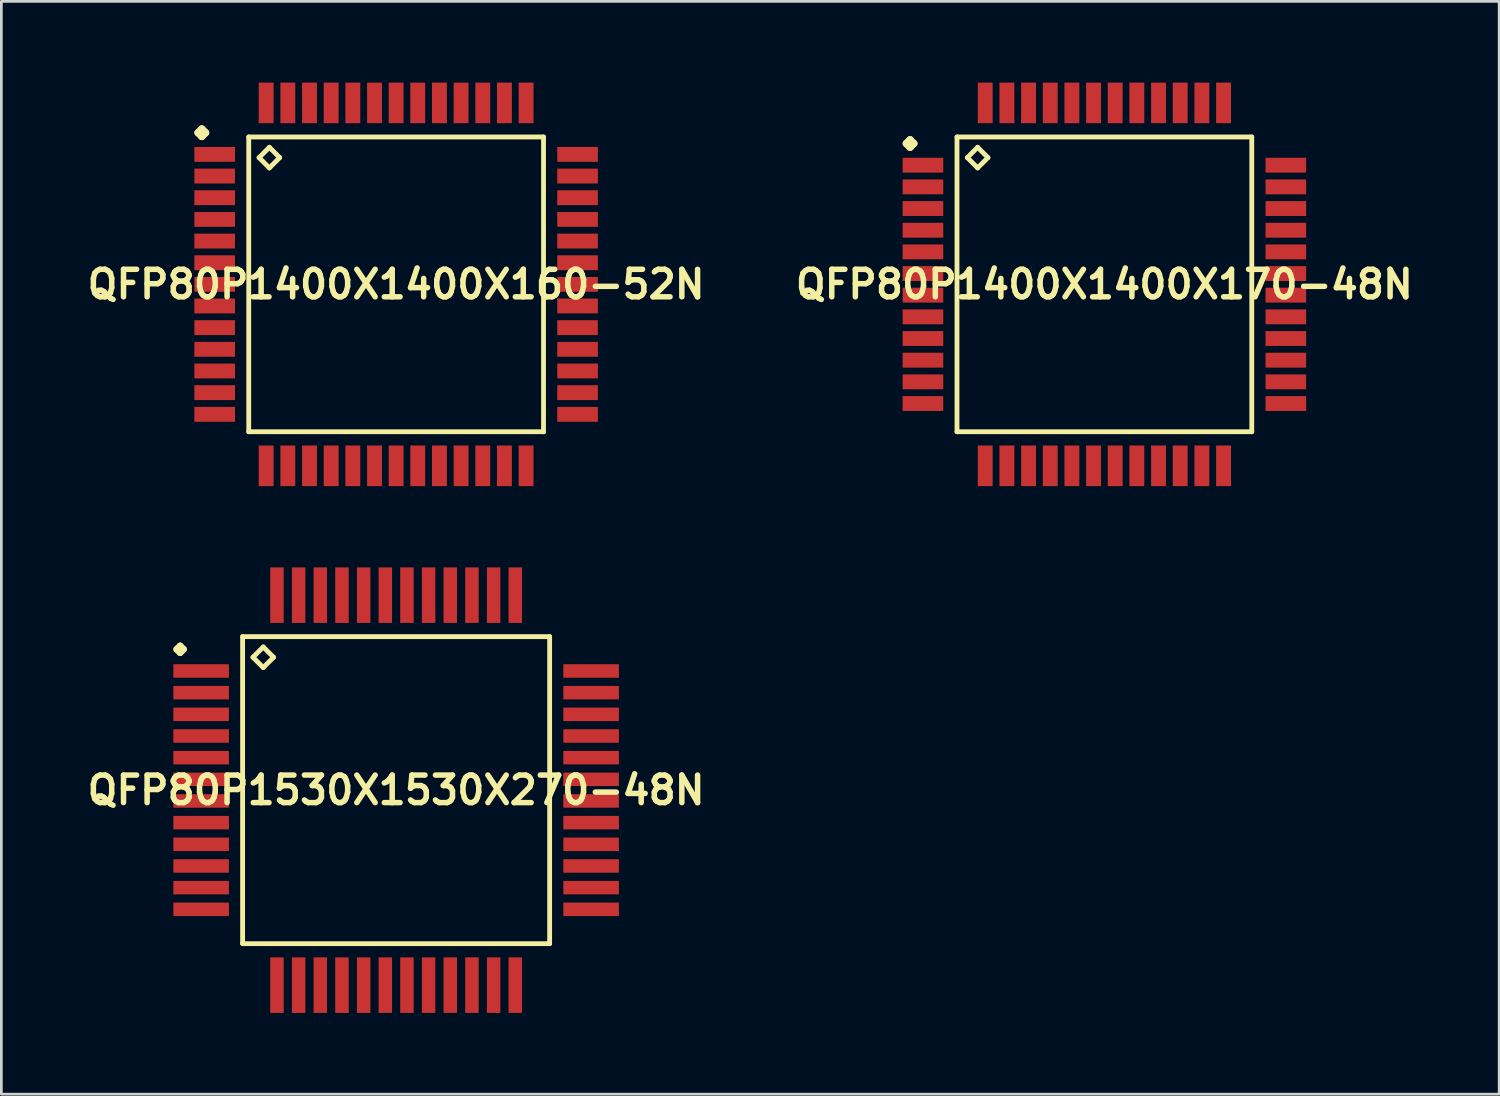
<source format=kicad_pcb>
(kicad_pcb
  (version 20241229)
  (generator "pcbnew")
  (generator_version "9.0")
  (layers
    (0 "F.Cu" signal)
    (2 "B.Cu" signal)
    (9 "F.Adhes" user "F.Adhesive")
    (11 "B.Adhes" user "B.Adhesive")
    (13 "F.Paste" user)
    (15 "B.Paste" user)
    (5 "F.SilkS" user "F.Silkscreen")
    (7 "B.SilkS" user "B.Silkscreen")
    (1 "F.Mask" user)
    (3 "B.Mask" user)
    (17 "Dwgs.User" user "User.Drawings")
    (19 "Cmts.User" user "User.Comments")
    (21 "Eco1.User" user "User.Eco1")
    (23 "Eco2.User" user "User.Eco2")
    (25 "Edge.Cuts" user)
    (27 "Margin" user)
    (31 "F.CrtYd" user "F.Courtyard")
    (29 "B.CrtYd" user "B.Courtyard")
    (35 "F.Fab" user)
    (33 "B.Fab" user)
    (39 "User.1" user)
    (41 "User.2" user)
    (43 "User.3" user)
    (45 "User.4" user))
  (footprint "QFP80P1530X1530X270-48N"
    (layer "F.Cu")
    (at 11.573 26.118)
    (property "Reference" "QFP80P1530X1530X270-48N" (at 0 0 0) (layer "F.SilkS") (effects (font (size 1.016 1.016) (thickness 0.203))))
    (attr smd)
    (fp_line (start -8.098 -5.199) (end -7.973 -5.324) (stroke (width 0.249) (type solid)) (layer "F.SilkS"))
    (fp_line (start -7.973 -5.324) (end -7.849 -5.199) (stroke (width 0.249) (type solid)) (layer "F.SilkS"))
    (fp_line (start -7.973 -5.075) (end -8.098 -5.199) (stroke (width 0.249) (type solid)) (layer "F.SilkS"))
    (fp_line (start -7.849 -5.199) (end -7.973 -5.075) (stroke (width 0.249) (type solid)) (layer "F.SilkS"))
    (fp_line (start -5.667 -5.667) (end -5.667 5.667) (stroke (width 0.178) (type solid)) (layer "F.SilkS"))
    (fp_line (start -5.667 5.667) (end 5.667 5.667) (stroke (width 0.178) (type solid)) (layer "F.SilkS"))
    (fp_line (start -5.286 -4.905) (end -4.905 -5.286) (stroke (width 0.178) (type solid)) (layer "F.SilkS"))
    (fp_line (start -4.905 -5.286) (end -4.524 -4.905) (stroke (width 0.178) (type solid)) (layer "F.SilkS"))
    (fp_line (start -4.905 -4.524) (end -5.286 -4.905) (stroke (width 0.178) (type solid)) (layer "F.SilkS"))
    (fp_line (start -4.524 -4.905) (end -4.905 -4.524) (stroke (width 0.178) (type solid)) (layer "F.SilkS"))
    (fp_line (start 5.667 -5.667) (end -5.667 -5.667) (stroke (width 0.178) (type solid)) (layer "F.SilkS"))
    (fp_line (start 5.667 5.667) (end 5.667 -5.667) (stroke (width 0.178) (type solid)) (layer "F.SilkS"))
    (pad "1" smd rect (at -7.198 -4.399) (size 2.05 0.498) (layers "F.Cu" "F.Mask" "F.Paste"))
    (pad "2" smd rect (at -7.198 -3.599) (size 2.05 0.498) (layers "F.Cu" "F.Mask" "F.Paste"))
    (pad "3" smd rect (at -7.198 -2.799) (size 2.05 0.498) (layers "F.Cu" "F.Mask" "F.Paste"))
    (pad "4" smd rect (at -7.198 -1.999) (size 2.05 0.498) (layers "F.Cu" "F.Mask" "F.Paste"))
    (pad "5" smd rect (at -7.198 -1.199) (size 2.05 0.498) (layers "F.Cu" "F.Mask" "F.Paste"))
    (pad "6" smd rect (at -7.198 -0.399) (size 2.05 0.498) (layers "F.Cu" "F.Mask" "F.Paste"))
    (pad "7" smd rect (at -7.198 0.399) (size 2.05 0.498) (layers "F.Cu" "F.Mask" "F.Paste"))
    (pad "8" smd rect (at -7.198 1.199) (size 2.05 0.498) (layers "F.Cu" "F.Mask" "F.Paste"))
    (pad "9" smd rect (at -7.198 1.999) (size 2.05 0.498) (layers "F.Cu" "F.Mask" "F.Paste"))
    (pad "10" smd rect (at -7.198 2.799) (size 2.05 0.498) (layers "F.Cu" "F.Mask" "F.Paste"))
    (pad "11" smd rect (at -7.198 3.599) (size 2.05 0.498) (layers "F.Cu" "F.Mask" "F.Paste"))
    (pad "12" smd rect (at -7.198 4.399) (size 2.05 0.498) (layers "F.Cu" "F.Mask" "F.Paste"))
    (pad "13" smd rect (at -4.399 7.198) (size 0.498 2.05) (layers "F.Cu" "F.Mask" "F.Paste"))
    (pad "14" smd rect (at -3.599 7.198) (size 0.498 2.05) (layers "F.Cu" "F.Mask" "F.Paste"))
    (pad "15" smd rect (at -2.799 7.198) (size 0.498 2.05) (layers "F.Cu" "F.Mask" "F.Paste"))
    (pad "16" smd rect (at -1.999 7.198) (size 0.498 2.05) (layers "F.Cu" "F.Mask" "F.Paste"))
    (pad "17" smd rect (at -1.199 7.198) (size 0.498 2.05) (layers "F.Cu" "F.Mask" "F.Paste"))
    (pad "18" smd rect (at -0.399 7.198) (size 0.498 2.05) (layers "F.Cu" "F.Mask" "F.Paste"))
    (pad "19" smd rect (at 0.399 7.198) (size 0.498 2.05) (layers "F.Cu" "F.Mask" "F.Paste"))
    (pad "20" smd rect (at 1.199 7.198) (size 0.498 2.05) (layers "F.Cu" "F.Mask" "F.Paste"))
    (pad "21" smd rect (at 1.999 7.198) (size 0.498 2.05) (layers "F.Cu" "F.Mask" "F.Paste"))
    (pad "22" smd rect (at 2.799 7.198) (size 0.498 2.05) (layers "F.Cu" "F.Mask" "F.Paste"))
    (pad "23" smd rect (at 3.599 7.198) (size 0.498 2.05) (layers "F.Cu" "F.Mask" "F.Paste"))
    (pad "24" smd rect (at 4.399 7.198) (size 0.498 2.05) (layers "F.Cu" "F.Mask" "F.Paste"))
    (pad "25" smd rect (at 7.198 4.399) (size 2.05 0.498) (layers "F.Cu" "F.Mask" "F.Paste"))
    (pad "26" smd rect (at 7.198 3.599) (size 2.05 0.498) (layers "F.Cu" "F.Mask" "F.Paste"))
    (pad "27" smd rect (at 7.198 2.799) (size 2.05 0.498) (layers "F.Cu" "F.Mask" "F.Paste"))
    (pad "28" smd rect (at 7.198 1.999) (size 2.05 0.498) (layers "F.Cu" "F.Mask" "F.Paste"))
    (pad "29" smd rect (at 7.198 1.199) (size 2.05 0.498) (layers "F.Cu" "F.Mask" "F.Paste"))
    (pad "30" smd rect (at 7.198 0.399) (size 2.05 0.498) (layers "F.Cu" "F.Mask" "F.Paste"))
    (pad "31" smd rect (at 7.198 -0.399) (size 2.05 0.498) (layers "F.Cu" "F.Mask" "F.Paste"))
    (pad "32" smd rect (at 7.198 -1.199) (size 2.05 0.498) (layers "F.Cu" "F.Mask" "F.Paste"))
    (pad "33" smd rect (at 7.198 -1.999) (size 2.05 0.498) (layers "F.Cu" "F.Mask" "F.Paste"))
    (pad "34" smd rect (at 7.198 -2.799) (size 2.05 0.498) (layers "F.Cu" "F.Mask" "F.Paste"))
    (pad "35" smd rect (at 7.198 -3.599) (size 2.05 0.498) (layers "F.Cu" "F.Mask" "F.Paste"))
    (pad "36" smd rect (at 7.198 -4.399) (size 2.05 0.498) (layers "F.Cu" "F.Mask" "F.Paste"))
    (pad "37" smd rect (at 4.399 -7.198) (size 0.498 2.05) (layers "F.Cu" "F.Mask" "F.Paste"))
    (pad "38" smd rect (at 3.599 -7.198) (size 0.498 2.05) (layers "F.Cu" "F.Mask" "F.Paste"))
    (pad "39" smd rect (at 2.799 -7.198) (size 0.498 2.05) (layers "F.Cu" "F.Mask" "F.Paste"))
    (pad "40" smd rect (at 1.999 -7.198) (size 0.498 2.05) (layers "F.Cu" "F.Mask" "F.Paste"))
    (pad "41" smd rect (at 1.199 -7.198) (size 0.498 2.05) (layers "F.Cu" "F.Mask" "F.Paste"))
    (pad "42" smd rect (at 0.399 -7.198) (size 0.498 2.05) (layers "F.Cu" "F.Mask" "F.Paste"))
    (pad "43" smd rect (at -0.399 -7.198) (size 0.498 2.05) (layers "F.Cu" "F.Mask" "F.Paste"))
    (pad "44" smd rect (at -1.199 -7.198) (size 0.498 2.05) (layers "F.Cu" "F.Mask" "F.Paste"))
    (pad "45" smd rect (at -1.999 -7.198) (size 0.498 2.05) (layers "F.Cu" "F.Mask" "F.Paste"))
    (pad "46" smd rect (at -2.799 -7.198) (size 0.498 2.05) (layers "F.Cu" "F.Mask" "F.Paste"))
    (pad "47" smd rect (at -3.599 -7.198) (size 0.498 2.05) (layers "F.Cu" "F.Mask" "F.Paste"))
    (pad "48" smd rect (at -4.399 -7.198) (size 0.498 2.05) (layers "F.Cu" "F.Mask" "F.Paste")))
  (footprint "QFP80P1400X1400X170-48N"
    (layer "F.Cu")
    (at 37.718 7.447)
    (property "Reference" "QFP80P1400X1400X170-48N" (at 0 0 0) (layer "F.SilkS") (effects (font (size 1.016 1.016) (thickness 0.203))))
    (attr smd)
    (fp_line (start -7.31 -5.199) (end -7.173 -5.337) (stroke (width 0.274) (type solid)) (layer "F.SilkS"))
    (fp_line (start -7.173 -5.337) (end -7.036 -5.199) (stroke (width 0.274) (type solid)) (layer "F.SilkS"))
    (fp_line (start -7.173 -5.062) (end -7.31 -5.199) (stroke (width 0.274) (type solid)) (layer "F.SilkS"))
    (fp_line (start -7.036 -5.199) (end -7.173 -5.062) (stroke (width 0.274) (type solid)) (layer "F.SilkS"))
    (fp_line (start -5.441 -5.441) (end -5.441 5.441) (stroke (width 0.178) (type solid)) (layer "F.SilkS"))
    (fp_line (start -5.441 5.441) (end 5.441 5.441) (stroke (width 0.178) (type solid)) (layer "F.SilkS"))
    (fp_line (start -5.06 -4.679) (end -4.679 -5.06) (stroke (width 0.178) (type solid)) (layer "F.SilkS"))
    (fp_line (start -4.679 -5.06) (end -4.298 -4.679) (stroke (width 0.178) (type solid)) (layer "F.SilkS"))
    (fp_line (start -4.679 -4.298) (end -5.06 -4.679) (stroke (width 0.178) (type solid)) (layer "F.SilkS"))
    (fp_line (start -4.298 -4.679) (end -4.679 -4.298) (stroke (width 0.178) (type solid)) (layer "F.SilkS"))
    (fp_line (start 5.441 -5.441) (end -5.441 -5.441) (stroke (width 0.178) (type solid)) (layer "F.SilkS"))
    (fp_line (start 5.441 5.441) (end 5.441 -5.441) (stroke (width 0.178) (type solid)) (layer "F.SilkS"))
    (pad "1" smd rect (at -6.698 -4.399) (size 1.499 0.549) (layers "F.Cu" "F.Mask" "F.Paste"))
    (pad "2" smd rect (at -6.698 -3.599) (size 1.499 0.549) (layers "F.Cu" "F.Mask" "F.Paste"))
    (pad "3" smd rect (at -6.698 -2.799) (size 1.499 0.549) (layers "F.Cu" "F.Mask" "F.Paste"))
    (pad "4" smd rect (at -6.698 -1.999) (size 1.499 0.549) (layers "F.Cu" "F.Mask" "F.Paste"))
    (pad "5" smd rect (at -6.698 -1.199) (size 1.499 0.549) (layers "F.Cu" "F.Mask" "F.Paste"))
    (pad "6" smd rect (at -6.698 -0.399) (size 1.499 0.549) (layers "F.Cu" "F.Mask" "F.Paste"))
    (pad "7" smd rect (at -6.698 0.399) (size 1.499 0.549) (layers "F.Cu" "F.Mask" "F.Paste"))
    (pad "8" smd rect (at -6.698 1.199) (size 1.499 0.549) (layers "F.Cu" "F.Mask" "F.Paste"))
    (pad "9" smd rect (at -6.698 1.999) (size 1.499 0.549) (layers "F.Cu" "F.Mask" "F.Paste"))
    (pad "10" smd rect (at -6.698 2.799) (size 1.499 0.549) (layers "F.Cu" "F.Mask" "F.Paste"))
    (pad "11" smd rect (at -6.698 3.599) (size 1.499 0.549) (layers "F.Cu" "F.Mask" "F.Paste"))
    (pad "12" smd rect (at -6.698 4.399) (size 1.499 0.549) (layers "F.Cu" "F.Mask" "F.Paste"))
    (pad "13" smd rect (at -4.399 6.698) (size 0.549 1.499) (layers "F.Cu" "F.Mask" "F.Paste"))
    (pad "14" smd rect (at -3.599 6.698) (size 0.549 1.499) (layers "F.Cu" "F.Mask" "F.Paste"))
    (pad "15" smd rect (at -2.799 6.698) (size 0.549 1.499) (layers "F.Cu" "F.Mask" "F.Paste"))
    (pad "16" smd rect (at -1.999 6.698) (size 0.549 1.499) (layers "F.Cu" "F.Mask" "F.Paste"))
    (pad "17" smd rect (at -1.199 6.698) (size 0.549 1.499) (layers "F.Cu" "F.Mask" "F.Paste"))
    (pad "18" smd rect (at -0.399 6.698) (size 0.549 1.499) (layers "F.Cu" "F.Mask" "F.Paste"))
    (pad "19" smd rect (at 0.399 6.698) (size 0.549 1.499) (layers "F.Cu" "F.Mask" "F.Paste"))
    (pad "20" smd rect (at 1.199 6.698) (size 0.549 1.499) (layers "F.Cu" "F.Mask" "F.Paste"))
    (pad "21" smd rect (at 1.999 6.698) (size 0.549 1.499) (layers "F.Cu" "F.Mask" "F.Paste"))
    (pad "22" smd rect (at 2.799 6.698) (size 0.549 1.499) (layers "F.Cu" "F.Mask" "F.Paste"))
    (pad "23" smd rect (at 3.599 6.698) (size 0.549 1.499) (layers "F.Cu" "F.Mask" "F.Paste"))
    (pad "24" smd rect (at 4.399 6.698) (size 0.549 1.499) (layers "F.Cu" "F.Mask" "F.Paste"))
    (pad "25" smd rect (at 6.698 4.399) (size 1.499 0.549) (layers "F.Cu" "F.Mask" "F.Paste"))
    (pad "26" smd rect (at 6.698 3.599) (size 1.499 0.549) (layers "F.Cu" "F.Mask" "F.Paste"))
    (pad "27" smd rect (at 6.698 2.799) (size 1.499 0.549) (layers "F.Cu" "F.Mask" "F.Paste"))
    (pad "28" smd rect (at 6.698 1.999) (size 1.499 0.549) (layers "F.Cu" "F.Mask" "F.Paste"))
    (pad "29" smd rect (at 6.698 1.199) (size 1.499 0.549) (layers "F.Cu" "F.Mask" "F.Paste"))
    (pad "30" smd rect (at 6.698 0.399) (size 1.499 0.549) (layers "F.Cu" "F.Mask" "F.Paste"))
    (pad "31" smd rect (at 6.698 -0.399) (size 1.499 0.549) (layers "F.Cu" "F.Mask" "F.Paste"))
    (pad "32" smd rect (at 6.698 -1.199) (size 1.499 0.549) (layers "F.Cu" "F.Mask" "F.Paste"))
    (pad "33" smd rect (at 6.698 -1.999) (size 1.499 0.549) (layers "F.Cu" "F.Mask" "F.Paste"))
    (pad "34" smd rect (at 6.698 -2.799) (size 1.499 0.549) (layers "F.Cu" "F.Mask" "F.Paste"))
    (pad "35" smd rect (at 6.698 -3.599) (size 1.499 0.549) (layers "F.Cu" "F.Mask" "F.Paste"))
    (pad "36" smd rect (at 6.698 -4.399) (size 1.499 0.549) (layers "F.Cu" "F.Mask" "F.Paste"))
    (pad "37" smd rect (at 4.399 -6.698) (size 0.549 1.499) (layers "F.Cu" "F.Mask" "F.Paste"))
    (pad "38" smd rect (at 3.599 -6.698) (size 0.549 1.499) (layers "F.Cu" "F.Mask" "F.Paste"))
    (pad "39" smd rect (at 2.799 -6.698) (size 0.549 1.499) (layers "F.Cu" "F.Mask" "F.Paste"))
    (pad "40" smd rect (at 1.999 -6.698) (size 0.549 1.499) (layers "F.Cu" "F.Mask" "F.Paste"))
    (pad "41" smd rect (at 1.199 -6.698) (size 0.549 1.499) (layers "F.Cu" "F.Mask" "F.Paste"))
    (pad "42" smd rect (at 0.399 -6.698) (size 0.549 1.499) (layers "F.Cu" "F.Mask" "F.Paste"))
    (pad "43" smd rect (at -0.399 -6.698) (size 0.549 1.499) (layers "F.Cu" "F.Mask" "F.Paste"))
    (pad "44" smd rect (at -1.199 -6.698) (size 0.549 1.499) (layers "F.Cu" "F.Mask" "F.Paste"))
    (pad "45" smd rect (at -1.999 -6.698) (size 0.549 1.499) (layers "F.Cu" "F.Mask" "F.Paste"))
    (pad "46" smd rect (at -2.799 -6.698) (size 0.549 1.499) (layers "F.Cu" "F.Mask" "F.Paste"))
    (pad "47" smd rect (at -3.599 -6.698) (size 0.549 1.499) (layers "F.Cu" "F.Mask" "F.Paste"))
    (pad "48" smd rect (at -4.399 -6.698) (size 0.549 1.499) (layers "F.Cu" "F.Mask" "F.Paste")))
  (footprint "QFP80P1400X1400X160-52N"
    (layer "F.Cu")
    (at 11.573 7.447)
    (property "Reference" "QFP80P1400X1400X160-52N" (at 0 0 0) (layer "F.SilkS") (effects (font (size 1.016 1.016) (thickness 0.203))))
    (attr smd)
    (fp_line (start -7.31 -5.598) (end -7.173 -5.735) (stroke (width 0.274) (type solid)) (layer "F.SilkS"))
    (fp_line (start -7.173 -5.735) (end -7.036 -5.598) (stroke (width 0.274) (type solid)) (layer "F.SilkS"))
    (fp_line (start -7.173 -5.461) (end -7.31 -5.598) (stroke (width 0.274) (type solid)) (layer "F.SilkS"))
    (fp_line (start -7.036 -5.598) (end -7.173 -5.461) (stroke (width 0.274) (type solid)) (layer "F.SilkS"))
    (fp_line (start -5.441 -5.441) (end -5.441 5.441) (stroke (width 0.178) (type solid)) (layer "F.SilkS"))
    (fp_line (start -5.441 5.441) (end 5.441 5.441) (stroke (width 0.178) (type solid)) (layer "F.SilkS"))
    (fp_line (start -5.06 -4.679) (end -4.679 -5.06) (stroke (width 0.178) (type solid)) (layer "F.SilkS"))
    (fp_line (start -4.679 -5.06) (end -4.298 -4.679) (stroke (width 0.178) (type solid)) (layer "F.SilkS"))
    (fp_line (start -4.679 -4.298) (end -5.06 -4.679) (stroke (width 0.178) (type solid)) (layer "F.SilkS"))
    (fp_line (start -4.298 -4.679) (end -4.679 -4.298) (stroke (width 0.178) (type solid)) (layer "F.SilkS"))
    (fp_line (start 5.441 -5.441) (end -5.441 -5.441) (stroke (width 0.178) (type solid)) (layer "F.SilkS"))
    (fp_line (start 5.441 5.441) (end 5.441 -5.441) (stroke (width 0.178) (type solid)) (layer "F.SilkS"))
    (pad "1" smd rect (at -6.698 -4.798) (size 1.499 0.549) (layers "F.Cu" "F.Mask" "F.Paste"))
    (pad "2" smd rect (at -6.698 -3.998) (size 1.499 0.549) (layers "F.Cu" "F.Mask" "F.Paste"))
    (pad "3" smd rect (at -6.698 -3.198) (size 1.499 0.549) (layers "F.Cu" "F.Mask" "F.Paste"))
    (pad "4" smd rect (at -6.698 -2.398) (size 1.499 0.549) (layers "F.Cu" "F.Mask" "F.Paste"))
    (pad "5" smd rect (at -6.698 -1.598) (size 1.499 0.549) (layers "F.Cu" "F.Mask" "F.Paste"))
    (pad "6" smd rect (at -6.698 -0.798) (size 1.499 0.549) (layers "F.Cu" "F.Mask" "F.Paste"))
    (pad "7" smd rect (at -6.698 0) (size 1.499 0.549) (layers "F.Cu" "F.Mask" "F.Paste"))
    (pad "8" smd rect (at -6.698 0.798) (size 1.499 0.549) (layers "F.Cu" "F.Mask" "F.Paste"))
    (pad "9" smd rect (at -6.698 1.598) (size 1.499 0.549) (layers "F.Cu" "F.Mask" "F.Paste"))
    (pad "10" smd rect (at -6.698 2.398) (size 1.499 0.549) (layers "F.Cu" "F.Mask" "F.Paste"))
    (pad "11" smd rect (at -6.698 3.198) (size 1.499 0.549) (layers "F.Cu" "F.Mask" "F.Paste"))
    (pad "12" smd rect (at -6.698 3.998) (size 1.499 0.549) (layers "F.Cu" "F.Mask" "F.Paste"))
    (pad "13" smd rect (at -6.698 4.798) (size 1.499 0.549) (layers "F.Cu" "F.Mask" "F.Paste"))
    (pad "14" smd rect (at -4.798 6.698) (size 0.549 1.499) (layers "F.Cu" "F.Mask" "F.Paste"))
    (pad "15" smd rect (at -3.998 6.698) (size 0.549 1.499) (layers "F.Cu" "F.Mask" "F.Paste"))
    (pad "16" smd rect (at -3.198 6.698) (size 0.549 1.499) (layers "F.Cu" "F.Mask" "F.Paste"))
    (pad "17" smd rect (at -2.398 6.698) (size 0.549 1.499) (layers "F.Cu" "F.Mask" "F.Paste"))
    (pad "18" smd rect (at -1.598 6.698) (size 0.549 1.499) (layers "F.Cu" "F.Mask" "F.Paste"))
    (pad "19" smd rect (at -0.798 6.698) (size 0.549 1.499) (layers "F.Cu" "F.Mask" "F.Paste"))
    (pad "20" smd rect (at 0 6.698) (size 0.549 1.499) (layers "F.Cu" "F.Mask" "F.Paste"))
    (pad "21" smd rect (at 0.798 6.698) (size 0.549 1.499) (layers "F.Cu" "F.Mask" "F.Paste"))
    (pad "22" smd rect (at 1.598 6.698) (size 0.549 1.499) (layers "F.Cu" "F.Mask" "F.Paste"))
    (pad "23" smd rect (at 2.398 6.698) (size 0.549 1.499) (layers "F.Cu" "F.Mask" "F.Paste"))
    (pad "24" smd rect (at 3.198 6.698) (size 0.549 1.499) (layers "F.Cu" "F.Mask" "F.Paste"))
    (pad "25" smd rect (at 3.998 6.698) (size 0.549 1.499) (layers "F.Cu" "F.Mask" "F.Paste"))
    (pad "26" smd rect (at 4.798 6.698) (size 0.549 1.499) (layers "F.Cu" "F.Mask" "F.Paste"))
    (pad "27" smd rect (at 6.698 4.798) (size 1.499 0.549) (layers "F.Cu" "F.Mask" "F.Paste"))
    (pad "28" smd rect (at 6.698 3.998) (size 1.499 0.549) (layers "F.Cu" "F.Mask" "F.Paste"))
    (pad "29" smd rect (at 6.698 3.198) (size 1.499 0.549) (layers "F.Cu" "F.Mask" "F.Paste"))
    (pad "30" smd rect (at 6.698 2.398) (size 1.499 0.549) (layers "F.Cu" "F.Mask" "F.Paste"))
    (pad "31" smd rect (at 6.698 1.598) (size 1.499 0.549) (layers "F.Cu" "F.Mask" "F.Paste"))
    (pad "32" smd rect (at 6.698 0.798) (size 1.499 0.549) (layers "F.Cu" "F.Mask" "F.Paste"))
    (pad "33" smd rect (at 6.698 0) (size 1.499 0.549) (layers "F.Cu" "F.Mask" "F.Paste"))
    (pad "34" smd rect (at 6.698 -0.798) (size 1.499 0.549) (layers "F.Cu" "F.Mask" "F.Paste"))
    (pad "35" smd rect (at 6.698 -1.598) (size 1.499 0.549) (layers "F.Cu" "F.Mask" "F.Paste"))
    (pad "36" smd rect (at 6.698 -2.398) (size 1.499 0.549) (layers "F.Cu" "F.Mask" "F.Paste"))
    (pad "37" smd rect (at 6.698 -3.198) (size 1.499 0.549) (layers "F.Cu" "F.Mask" "F.Paste"))
    (pad "38" smd rect (at 6.698 -3.998) (size 1.499 0.549) (layers "F.Cu" "F.Mask" "F.Paste"))
    (pad "39" smd rect (at 6.698 -4.798) (size 1.499 0.549) (layers "F.Cu" "F.Mask" "F.Paste"))
    (pad "40" smd rect (at 4.798 -6.698) (size 0.549 1.499) (layers "F.Cu" "F.Mask" "F.Paste"))
    (pad "41" smd rect (at 3.998 -6.698) (size 0.549 1.499) (layers "F.Cu" "F.Mask" "F.Paste"))
    (pad "42" smd rect (at 3.198 -6.698) (size 0.549 1.499) (layers "F.Cu" "F.Mask" "F.Paste"))
    (pad "43" smd rect (at 2.398 -6.698) (size 0.549 1.499) (layers "F.Cu" "F.Mask" "F.Paste"))
    (pad "44" smd rect (at 1.598 -6.698) (size 0.549 1.499) (layers "F.Cu" "F.Mask" "F.Paste"))
    (pad "45" smd rect (at 0.798 -6.698) (size 0.549 1.499) (layers "F.Cu" "F.Mask" "F.Paste"))
    (pad "46" smd rect (at 0 -6.698) (size 0.549 1.499) (layers "F.Cu" "F.Mask" "F.Paste"))
    (pad "47" smd rect (at -0.798 -6.698) (size 0.549 1.499) (layers "F.Cu" "F.Mask" "F.Paste"))
    (pad "48" smd rect (at -1.598 -6.698) (size 0.549 1.499) (layers "F.Cu" "F.Mask" "F.Paste"))
    (pad "49" smd rect (at -2.398 -6.698) (size 0.549 1.499) (layers "F.Cu" "F.Mask" "F.Paste"))
    (pad "50" smd rect (at -3.198 -6.698) (size 0.549 1.499) (layers "F.Cu" "F.Mask" "F.Paste"))
    (pad "51" smd rect (at -3.998 -6.698) (size 0.549 1.499) (layers "F.Cu" "F.Mask" "F.Paste"))
    (pad "52" smd rect (at -4.798 -6.698) (size 0.549 1.499) (layers "F.Cu" "F.Mask" "F.Paste")))
  (gr_rect
    (start -3 -3)
    (end 52.291 37.341)
    (stroke (width 0.1) (type default))
    (fill no)
    (layer "Edge.Cuts")))
</source>
